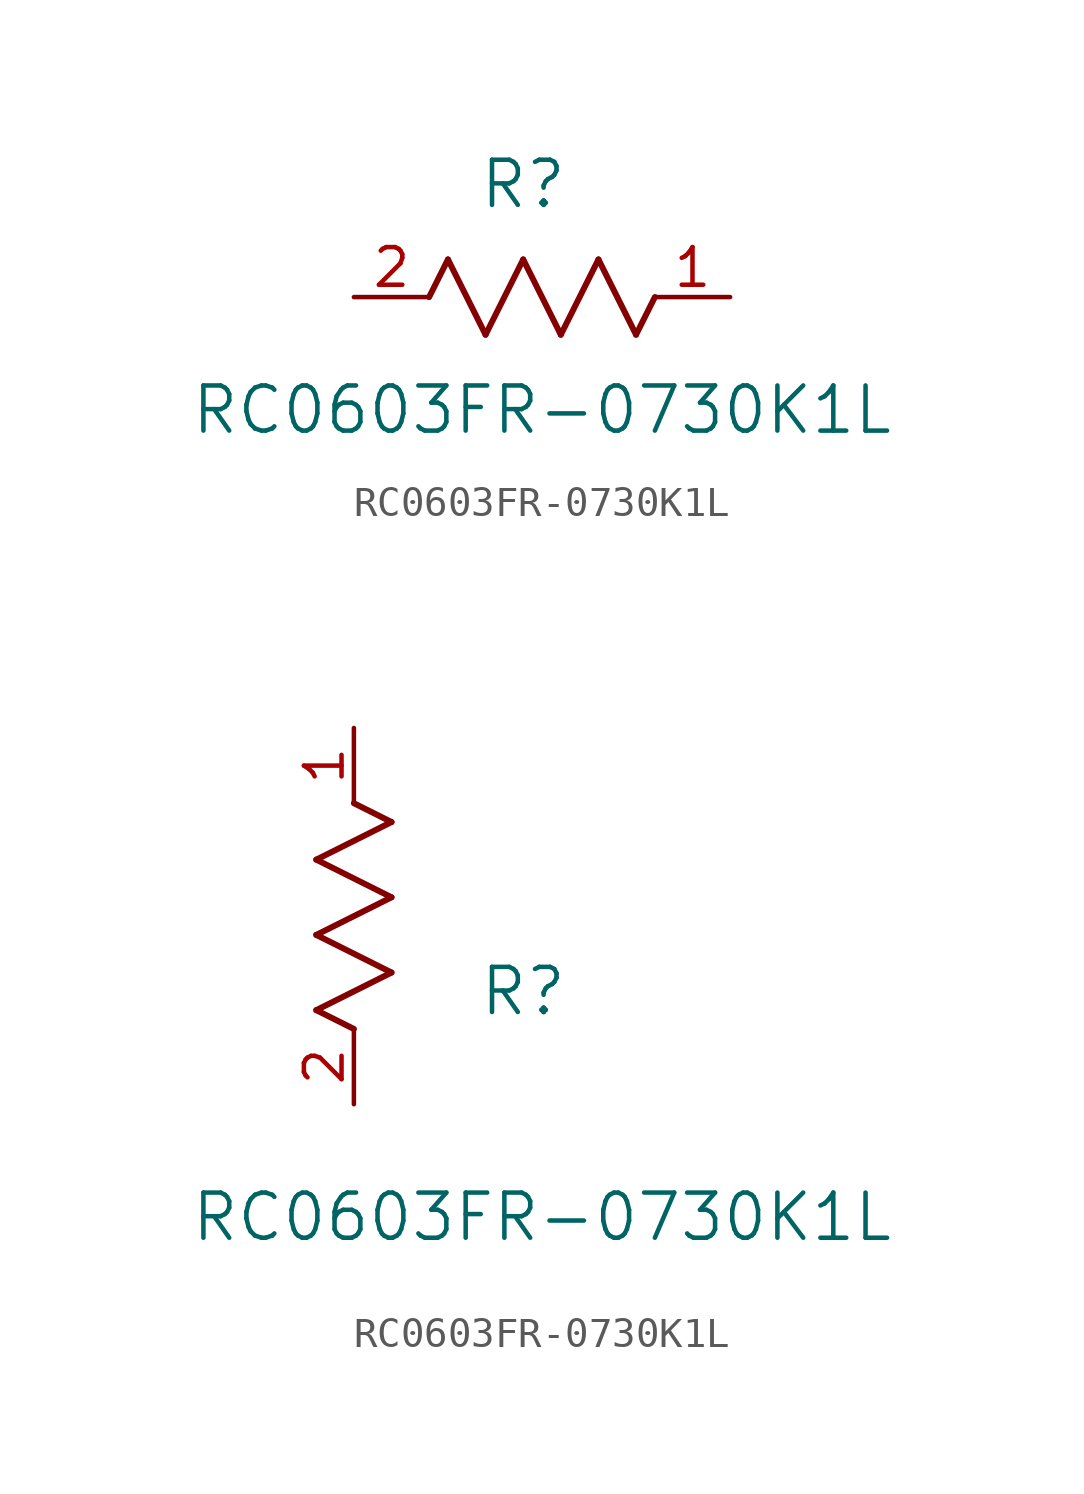
<source format=kicad_sym>
(kicad_symbol_lib
  (version 20211014)
  (generator kicad_symbol_editor)
  (symbol "RC0603FR-0730K1L"
    (pin_names
      (offset 0.254))
    (property "Reference" "R"
      (at 5.715 3.81 0)
      (effects (font (size 1.524 1.524))))
    (property "Value" "RC0603FR-0730K1L"
      (at 6.35 -3.81 0)
      (effects (font (size 1.524 1.524))))
    (symbol "RC0603FR-0730K1L_1_1"
      (polyline (pts (xy 3.175 1.27) (xy 4.445 -1.27)) (stroke (width 0.203) (type default) (color 0 0 0 0)) (fill (type none)))
      (polyline (pts (xy 4.445 -1.27) (xy 5.715 1.27)) (stroke (width 0.203) (type default) (color 0 0 0 0)) (fill (type none)))
      (polyline (pts (xy 5.715 1.27) (xy 6.985 -1.27)) (stroke (width 0.203) (type default) (color 0 0 0 0)) (fill (type none)))
      (polyline (pts (xy 6.985 -1.27) (xy 8.255 1.27)) (stroke (width 0.203) (type default) (color 0 0 0 0)) (fill (type none)))
      (polyline (pts (xy 8.255 1.27) (xy 9.525 -1.27)) (stroke (width 0.203) (type default) (color 0 0 0 0)) (fill (type none)))
      (polyline (pts (xy 2.54 0) (xy 3.175 1.27)) (stroke (width 0.203) (type default) (color 0 0 0 0)) (fill (type none)))
      (polyline (pts (xy 9.525 -1.27) (xy 10.16 0)) (stroke (width 0.203) (type default) (color 0 0 0 0)) (fill (type none)))
      (pin unspecified line (at 12.7 0 180) (length 2.54) (name "" (effects (font (size 1.27 1.27)))) (number "1" (effects (font (size 1.27 1.27)))))
      (pin unspecified line (at 0 0 0) (length 2.54) (name "" (effects (font (size 1.27 1.27)))) (number "2" (effects (font (size 1.27 1.27))))))
    (symbol "RC0603FR-0730K1L_1_2"
      (polyline (pts (xy 0 2.54) (xy -1.27 3.175)) (stroke (width 0.203) (type default) (color 0 0 0 0)) (fill (type none)))
      (polyline (pts (xy -1.27 3.175) (xy 1.27 4.445)) (stroke (width 0.203) (type default) (color 0 0 0 0)) (fill (type none)))
      (polyline (pts (xy 1.27 4.445) (xy -1.27 5.715)) (stroke (width 0.203) (type default) (color 0 0 0 0)) (fill (type none)))
      (polyline (pts (xy -1.27 5.715) (xy 1.27 6.985)) (stroke (width 0.203) (type default) (color 0 0 0 0)) (fill (type none)))
      (polyline (pts (xy -1.27 8.255) (xy 1.27 9.525)) (stroke (width 0.203) (type default) (color 0 0 0 0)) (fill (type none)))
      (polyline (pts (xy 1.27 9.525) (xy 0 10.16)) (stroke (width 0.203) (type default) (color 0 0 0 0)) (fill (type none)))
      (polyline (pts (xy 1.27 6.985) (xy -1.27 8.255)) (stroke (width 0.203) (type default) (color 0 0 0 0)) (fill (type none)))
      (pin unspecified line (at 0 12.7 270) (length 2.54) (name "" (effects (font (size 1.27 1.27)))) (number "1" (effects (font (size 1.27 1.27)))))
      (pin unspecified line (at 0 0 90) (length 2.54) (name "" (effects (font (size 1.27 1.27)))) (number "2" (effects (font (size 1.27 1.27))))))))
</source>
